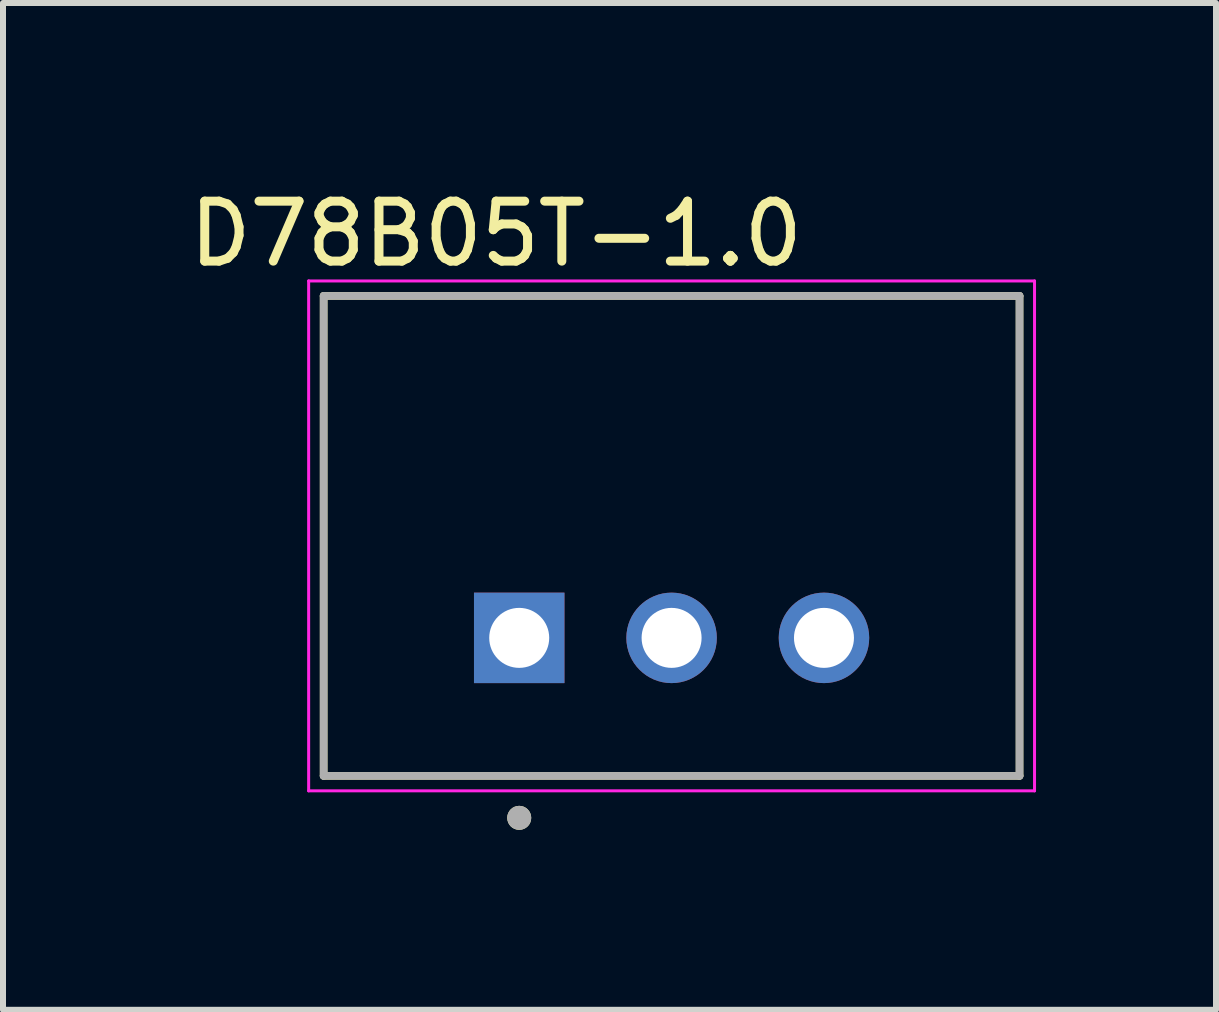
<source format=kicad_pcb>
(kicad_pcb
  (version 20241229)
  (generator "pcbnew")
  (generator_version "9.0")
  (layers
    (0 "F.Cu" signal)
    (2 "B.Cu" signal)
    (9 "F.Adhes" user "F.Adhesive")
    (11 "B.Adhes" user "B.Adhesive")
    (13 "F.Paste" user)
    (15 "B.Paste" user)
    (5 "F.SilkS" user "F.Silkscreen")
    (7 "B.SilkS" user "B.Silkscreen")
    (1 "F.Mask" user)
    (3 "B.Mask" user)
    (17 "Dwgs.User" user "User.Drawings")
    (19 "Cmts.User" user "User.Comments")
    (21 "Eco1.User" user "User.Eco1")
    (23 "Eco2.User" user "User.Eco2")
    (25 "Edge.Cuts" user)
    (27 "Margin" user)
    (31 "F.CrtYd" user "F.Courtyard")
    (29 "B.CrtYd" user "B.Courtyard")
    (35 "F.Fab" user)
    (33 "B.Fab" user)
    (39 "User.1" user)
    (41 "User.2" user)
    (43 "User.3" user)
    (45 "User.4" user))
  (footprint "D78B05T-1.0"
    (layer "F.Cu")
    (at 8.145 7.583)
    (property "Reference" "D78B05T-1.0" (at -2.925 -6.735 0) (layer "F.SilkS") (effects (font (size 1 1) (thickness 0.15))))
    (attr through_hole)
    (fp_line (start -5.8 -5.7) (end 5.8 -5.7) (stroke (width 0.127) (type solid)) (layer "F.SilkS"))
    (fp_line (start -5.8 2.3) (end -5.8 -5.7) (stroke (width 0.127) (type solid)) (layer "F.SilkS"))
    (fp_line (start 5.8 -5.7) (end 5.8 2.3) (stroke (width 0.127) (type solid)) (layer "F.SilkS"))
    (fp_line (start 5.8 2.3) (end -5.8 2.3) (stroke (width 0.127) (type solid)) (layer "F.SilkS"))
    (fp_circle (center -2.54 3) (end -2.44 3) (stroke (width 0.2) (type solid)) (fill no) (layer "F.SilkS"))
    (fp_line (start -6.05 -5.95) (end 6.05 -5.95) (stroke (width 0.05) (type solid)) (layer "F.CrtYd"))
    (fp_line (start -6.05 2.55) (end -6.05 -5.95) (stroke (width 0.05) (type solid)) (layer "F.CrtYd"))
    (fp_line (start 6.05 -5.95) (end 6.05 2.55) (stroke (width 0.05) (type solid)) (layer "F.CrtYd"))
    (fp_line (start 6.05 2.55) (end -6.05 2.55) (stroke (width 0.05) (type solid)) (layer "F.CrtYd"))
    (fp_line (start -5.8 -5.7) (end 5.8 -5.7) (stroke (width 0.127) (type solid)) (layer "F.Fab"))
    (fp_line (start -5.8 2.3) (end -5.8 -5.7) (stroke (width 0.127) (type solid)) (layer "F.Fab"))
    (fp_line (start 5.8 -5.7) (end 5.8 2.3) (stroke (width 0.127) (type solid)) (layer "F.Fab"))
    (fp_line (start 5.8 2.3) (end -5.8 2.3) (stroke (width 0.127) (type solid)) (layer "F.Fab"))
    (fp_circle (center -2.54 3) (end -2.44 3) (stroke (width 0.2) (type solid)) (fill no) (layer "F.Fab"))
    (pad "1" thru_hole rect (at -2.54 0) (size 1.508 1.508) (drill 1) (layers "*.Cu" "*.Mask"))
    (pad "2" thru_hole circle (at 0 0) (size 1.508 1.508) (drill 1) (layers "*.Cu" "*.Mask"))
    (pad "3" thru_hole circle (at 2.54 0) (size 1.508 1.508) (drill 1) (layers "*.Cu" "*.Mask")))
  (gr_rect
    (start -3 -3)
    (end 17.22 13.783)
    (stroke (width 0.1) (type default))
    (fill no)
    (layer "Edge.Cuts")))
</source>
